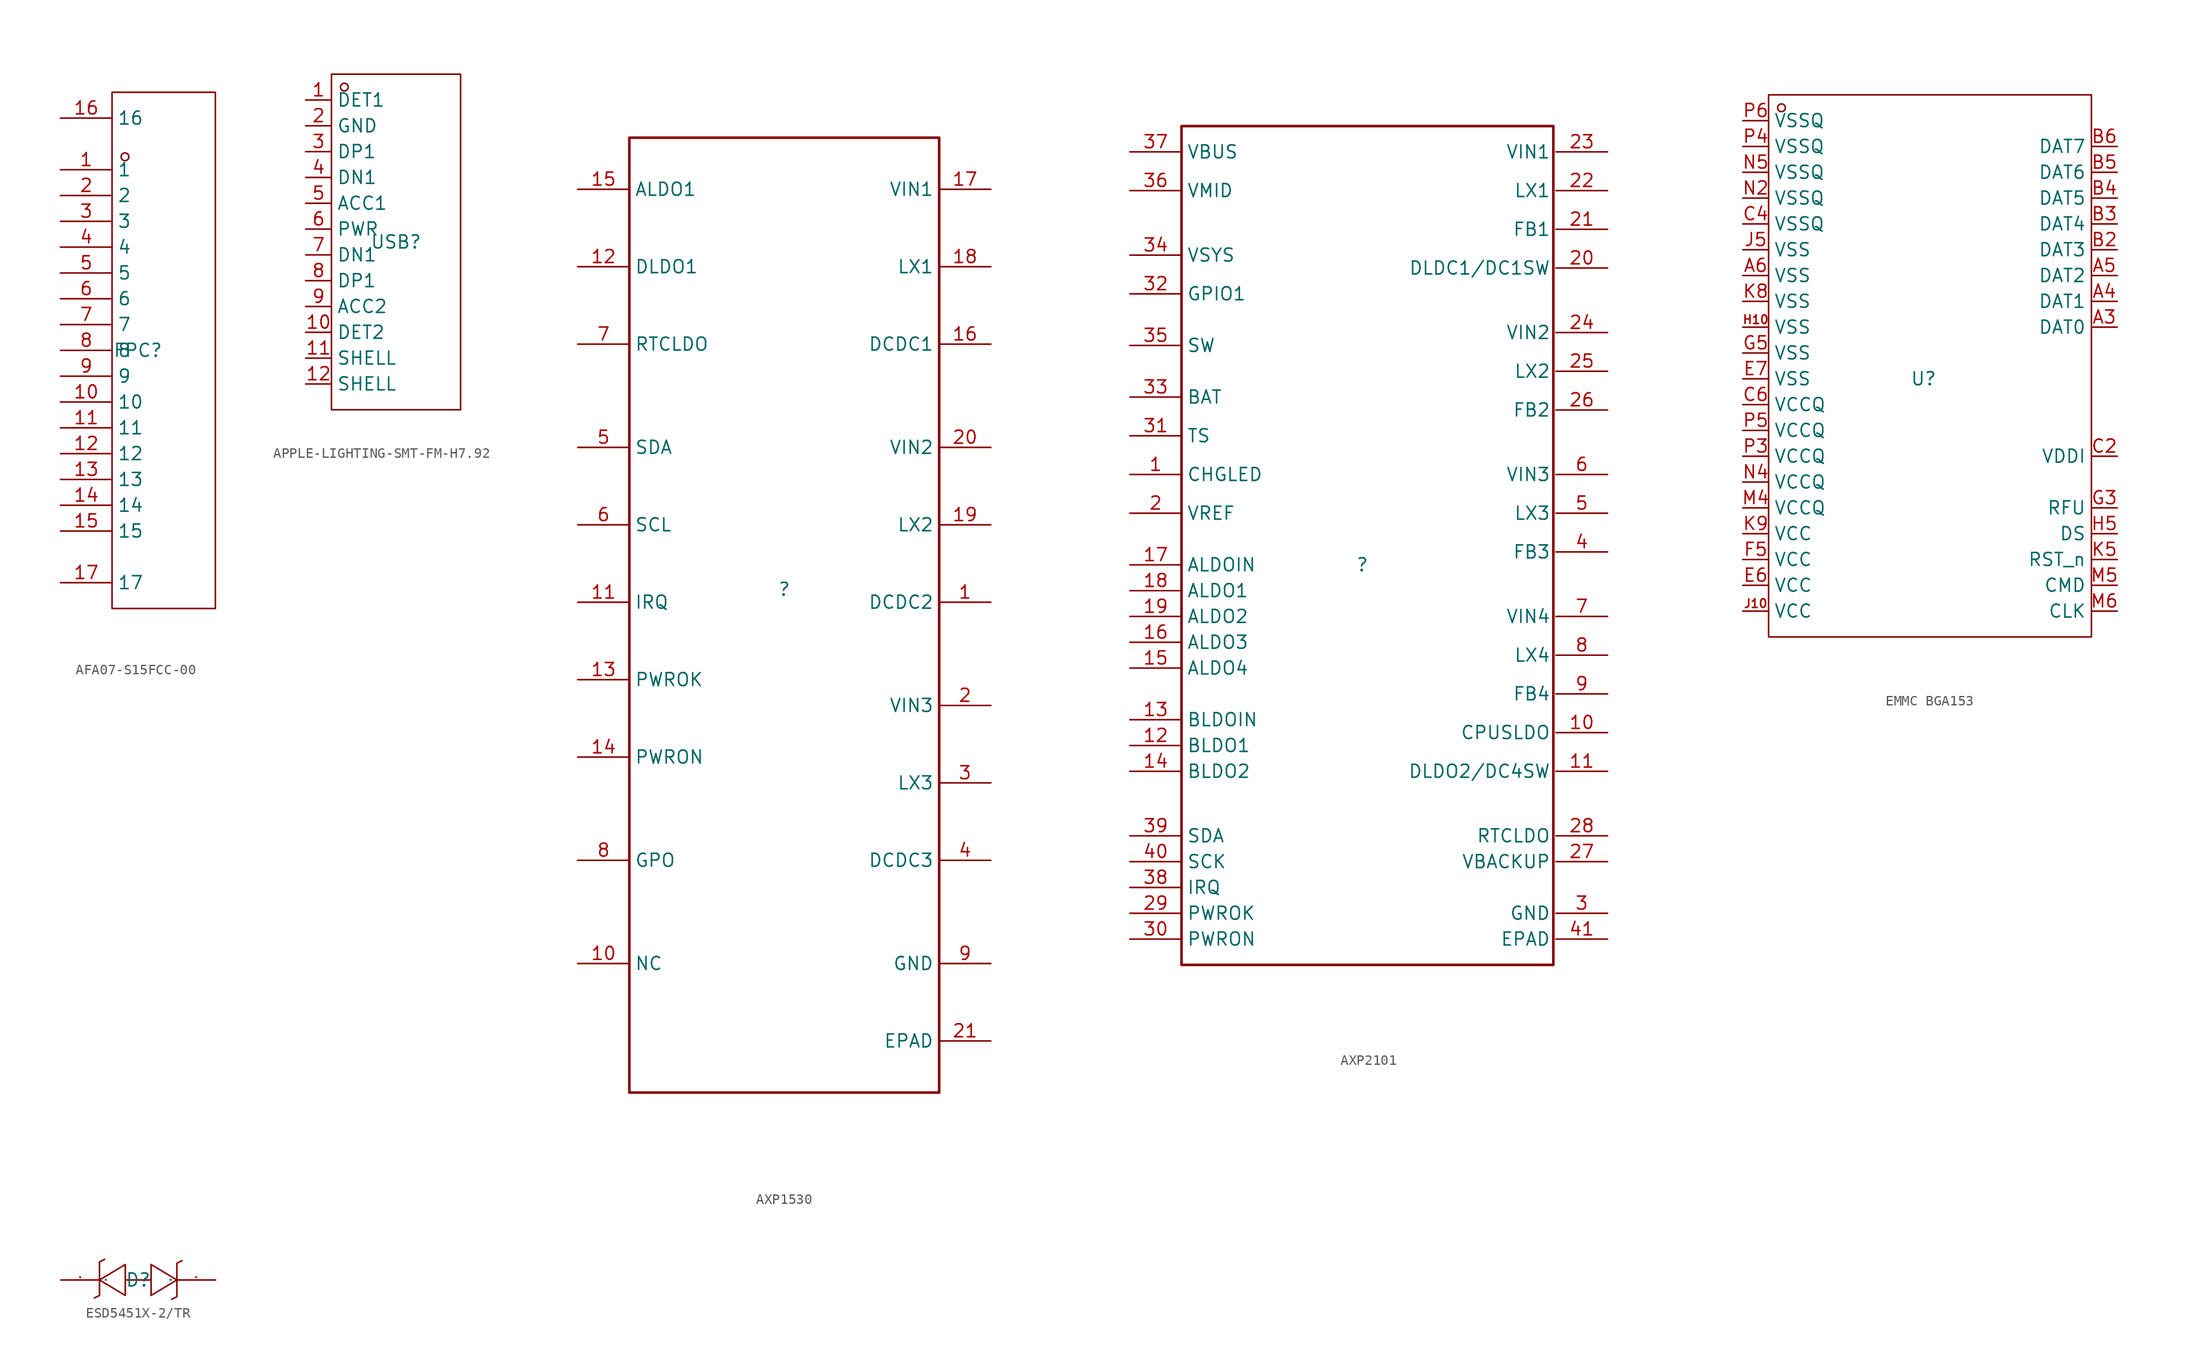
<source format=kicad_sym>
(kicad_symbol_lib
  (version 20231120)
  (generator "kicad_symbol_editor")
  (generator_version "8.0")
  (symbol "AFA07-S15FCC-00"
    (property "Reference" "FPC"
      (at 0 0 0)
      (effects (font (size 1.27 1.27))))
    (property "Value" ""
      (at 0 0 0)
      (effects (font (size 1.27 1.27))))
    (symbol "AFA07-S15FCC-00_1_0"
      (rectangle (start -2.54 -25.4) (end 7.62 25.4) (stroke (width 0) (type default)) (fill (type none)))
      (circle (center -1.27 19.05) (radius 0.381) (stroke (width 0) (type default)) (fill (type none)))
      (pin input line (at -7.62 17.78 0) (length 5.08) (name "1" (effects (font (size 1.27 1.27)))) (number "1" (effects (font (size 1.27 1.27)))))
      (pin input line (at -7.62 -5.08 0) (length 5.08) (name "10" (effects (font (size 1.27 1.27)))) (number "10" (effects (font (size 1.27 1.27)))))
      (pin input line (at -7.62 -7.62 0) (length 5.08) (name "11" (effects (font (size 1.27 1.27)))) (number "11" (effects (font (size 1.27 1.27)))))
      (pin input line (at -7.62 -10.16 0) (length 5.08) (name "12" (effects (font (size 1.27 1.27)))) (number "12" (effects (font (size 1.27 1.27)))))
      (pin input line (at -7.62 -12.7 0) (length 5.08) (name "13" (effects (font (size 1.27 1.27)))) (number "13" (effects (font (size 1.27 1.27)))))
      (pin input line (at -7.62 -15.24 0) (length 5.08) (name "14" (effects (font (size 1.27 1.27)))) (number "14" (effects (font (size 1.27 1.27)))))
      (pin input line (at -7.62 -17.78 0) (length 5.08) (name "15" (effects (font (size 1.27 1.27)))) (number "15" (effects (font (size 1.27 1.27)))))
      (pin input line (at -7.62 22.86 0) (length 5.08) (name "16" (effects (font (size 1.27 1.27)))) (number "16" (effects (font (size 1.27 1.27)))))
      (pin input line (at -7.62 -22.86 0) (length 5.08) (name "17" (effects (font (size 1.27 1.27)))) (number "17" (effects (font (size 1.27 1.27)))))
      (pin input line (at -7.62 15.24 0) (length 5.08) (name "2" (effects (font (size 1.27 1.27)))) (number "2" (effects (font (size 1.27 1.27)))))
      (pin input line (at -7.62 12.7 0) (length 5.08) (name "3" (effects (font (size 1.27 1.27)))) (number "3" (effects (font (size 1.27 1.27)))))
      (pin input line (at -7.62 10.16 0) (length 5.08) (name "4" (effects (font (size 1.27 1.27)))) (number "4" (effects (font (size 1.27 1.27)))))
      (pin input line (at -7.62 7.62 0) (length 5.08) (name "5" (effects (font (size 1.27 1.27)))) (number "5" (effects (font (size 1.27 1.27)))))
      (pin input line (at -7.62 5.08 0) (length 5.08) (name "6" (effects (font (size 1.27 1.27)))) (number "6" (effects (font (size 1.27 1.27)))))
      (pin input line (at -7.62 2.54 0) (length 5.08) (name "7" (effects (font (size 1.27 1.27)))) (number "7" (effects (font (size 1.27 1.27)))))
      (pin input line (at -7.62 0 0) (length 5.08) (name "8" (effects (font (size 1.27 1.27)))) (number "8" (effects (font (size 1.27 1.27)))))
      (pin input line (at -7.62 -2.54 0) (length 5.08) (name "9" (effects (font (size 1.27 1.27)))) (number "9" (effects (font (size 1.27 1.27)))))))
  (symbol "APPLE-LIGHTING-SMT-FM-H7.92"
    (property "Reference" "USB"
      (at 0 0 0)
      (effects (font (size 1.27 1.27))))
    (property "Value" ""
      (at 0 0 0)
      (effects (font (size 1.27 1.27))))
    (symbol "APPLE-LIGHTING-SMT-FM-H7.92_1_0"
      (rectangle (start -6.35 -16.51) (end 6.35 16.51) (stroke (width 0) (type default)) (fill (type none)))
      (circle (center -5.08 15.24) (radius 0.381) (stroke (width 0) (type default)) (fill (type none)))
      (pin input line (at -8.89 13.97 0) (length 2.54) (name "DET1" (effects (font (size 1.27 1.27)))) (number "1" (effects (font (size 1.27 1.27)))))
      (pin input line (at -8.89 -8.89 0) (length 2.54) (name "DET2" (effects (font (size 1.27 1.27)))) (number "10" (effects (font (size 1.27 1.27)))))
      (pin input line (at -8.89 -11.43 0) (length 2.54) (name "SHELL" (effects (font (size 1.27 1.27)))) (number "11" (effects (font (size 1.27 1.27)))))
      (pin input line (at -8.89 -13.97 0) (length 2.54) (name "SHELL" (effects (font (size 1.27 1.27)))) (number "12" (effects (font (size 1.27 1.27)))))
      (pin input line (at -8.89 11.43 0) (length 2.54) (name "GND" (effects (font (size 1.27 1.27)))) (number "2" (effects (font (size 1.27 1.27)))))
      (pin input line (at -8.89 8.89 0) (length 2.54) (name "DP1" (effects (font (size 1.27 1.27)))) (number "3" (effects (font (size 1.27 1.27)))))
      (pin input line (at -8.89 6.35 0) (length 2.54) (name "DN1" (effects (font (size 1.27 1.27)))) (number "4" (effects (font (size 1.27 1.27)))))
      (pin input line (at -8.89 3.81 0) (length 2.54) (name "ACC1" (effects (font (size 1.27 1.27)))) (number "5" (effects (font (size 1.27 1.27)))))
      (pin input line (at -8.89 1.27 0) (length 2.54) (name "PWR" (effects (font (size 1.27 1.27)))) (number "6" (effects (font (size 1.27 1.27)))))
      (pin input line (at -8.89 -1.27 0) (length 2.54) (name "DN1" (effects (font (size 1.27 1.27)))) (number "7" (effects (font (size 1.27 1.27)))))
      (pin input line (at -8.89 -3.81 0) (length 2.54) (name "DP1" (effects (font (size 1.27 1.27)))) (number "8" (effects (font (size 1.27 1.27)))))
      (pin input line (at -8.89 -6.35 0) (length 2.54) (name "ACC2" (effects (font (size 1.27 1.27)))) (number "9" (effects (font (size 1.27 1.27)))))))
  (symbol "AXP1530"
    (property "Reference" ""
      (at 0 0 0)
      (effects (font (size 1.27 1.27))))
    (property "Value" ""
      (at 0 0 0)
      (effects (font (size 1.27 1.27))))
    (symbol "AXP1530_1_0"
      (rectangle (start -15.24 44.45) (end 15.24 -49.53) (stroke (width 0.254) (type solid)) (fill (type none)))
      (pin input line (at 20.32 -1.27 180) (length 5.08) (name "DCDC2" (effects (font (size 1.27 1.27)))) (number "1" (effects (font (size 1.27 1.27)))))
      (pin input line (at -20.32 -36.83 0) (length 5.08) (name "NC" (effects (font (size 1.27 1.27)))) (number "10" (effects (font (size 1.27 1.27)))))
      (pin input line (at -20.32 -1.27 0) (length 5.08) (name "IRQ" (effects (font (size 1.27 1.27)))) (number "11" (effects (font (size 1.27 1.27)))))
      (pin input line (at -20.32 31.75 0) (length 5.08) (name "DLDO1" (effects (font (size 1.27 1.27)))) (number "12" (effects (font (size 1.27 1.27)))))
      (pin input line (at -20.32 -8.89 0) (length 5.08) (name "PWROK" (effects (font (size 1.27 1.27)))) (number "13" (effects (font (size 1.27 1.27)))))
      (pin input line (at -20.32 -16.51 0) (length 5.08) (name "PWRON" (effects (font (size 1.27 1.27)))) (number "14" (effects (font (size 1.27 1.27)))))
      (pin input line (at -20.32 39.37 0) (length 5.08) (name "ALDO1" (effects (font (size 1.27 1.27)))) (number "15" (effects (font (size 1.27 1.27)))))
      (pin input line (at 20.32 24.13 180) (length 5.08) (name "DCDC1" (effects (font (size 1.27 1.27)))) (number "16" (effects (font (size 1.27 1.27)))))
      (pin input line (at 20.32 39.37 180) (length 5.08) (name "VIN1" (effects (font (size 1.27 1.27)))) (number "17" (effects (font (size 1.27 1.27)))))
      (pin input line (at 20.32 31.75 180) (length 5.08) (name "LX1" (effects (font (size 1.27 1.27)))) (number "18" (effects (font (size 1.27 1.27)))))
      (pin input line (at 20.32 6.35 180) (length 5.08) (name "LX2" (effects (font (size 1.27 1.27)))) (number "19" (effects (font (size 1.27 1.27)))))
      (pin input line (at 20.32 -11.43 180) (length 5.08) (name "VIN3" (effects (font (size 1.27 1.27)))) (number "2" (effects (font (size 1.27 1.27)))))
      (pin input line (at 20.32 13.97 180) (length 5.08) (name "VIN2" (effects (font (size 1.27 1.27)))) (number "20" (effects (font (size 1.27 1.27)))))
      (pin input line (at 20.32 -44.45 180) (length 5.08) (name "EPAD" (effects (font (size 1.27 1.27)))) (number "21" (effects (font (size 1.27 1.27)))))
      (pin input line (at 20.32 -19.05 180) (length 5.08) (name "LX3" (effects (font (size 1.27 1.27)))) (number "3" (effects (font (size 1.27 1.27)))))
      (pin input line (at 20.32 -26.67 180) (length 5.08) (name "DCDC3" (effects (font (size 1.27 1.27)))) (number "4" (effects (font (size 1.27 1.27)))))
      (pin input line (at -20.32 13.97 0) (length 5.08) (name "SDA" (effects (font (size 1.27 1.27)))) (number "5" (effects (font (size 1.27 1.27)))))
      (pin input line (at -20.32 6.35 0) (length 5.08) (name "SCL" (effects (font (size 1.27 1.27)))) (number "6" (effects (font (size 1.27 1.27)))))
      (pin input line (at -20.32 24.13 0) (length 5.08) (name "RTCLDO" (effects (font (size 1.27 1.27)))) (number "7" (effects (font (size 1.27 1.27)))))
      (pin input line (at -20.32 -26.67 0) (length 5.08) (name "GPO" (effects (font (size 1.27 1.27)))) (number "8" (effects (font (size 1.27 1.27)))))
      (pin input line (at 20.32 -36.83 180) (length 5.08) (name "GND" (effects (font (size 1.27 1.27)))) (number "9" (effects (font (size 1.27 1.27)))))))
  (symbol "AXP2101"
    (property "Reference" ""
      (at 0 0 0)
      (effects (font (size 1.27 1.27))))
    (property "Value" ""
      (at 0 0 0)
      (effects (font (size 1.27 1.27))))
    (symbol "AXP2101_1_0"
      (rectangle (start -17.78 43.18) (end 18.796 -39.37) (stroke (width 0.254) (type solid)) (fill (type none)))
      (pin input line (at -22.86 8.89 0) (length 5.08) (name "CHGLED" (effects (font (size 1.27 1.27)))) (number "1" (effects (font (size 1.27 1.27)))))
      (pin input line (at 24.13 -16.51 180) (length 5.08) (name "CPUSLDO" (effects (font (size 1.27 1.27)))) (number "10" (effects (font (size 1.27 1.27)))))
      (pin input line (at 24.13 -20.32 180) (length 5.08) (name "DLDO2/DC4SW" (effects (font (size 1.27 1.27)))) (number "11" (effects (font (size 1.27 1.27)))))
      (pin input line (at -22.86 -17.78 0) (length 5.08) (name "BLDO1" (effects (font (size 1.27 1.27)))) (number "12" (effects (font (size 1.27 1.27)))))
      (pin input line (at -22.86 -15.24 0) (length 5.08) (name "BLDOIN" (effects (font (size 1.27 1.27)))) (number "13" (effects (font (size 1.27 1.27)))))
      (pin input line (at -22.86 -20.32 0) (length 5.08) (name "BLDO2" (effects (font (size 1.27 1.27)))) (number "14" (effects (font (size 1.27 1.27)))))
      (pin input line (at -22.86 -10.16 0) (length 5.08) (name "ALDO4" (effects (font (size 1.27 1.27)))) (number "15" (effects (font (size 1.27 1.27)))))
      (pin input line (at -22.86 -7.62 0) (length 5.08) (name "ALDO3" (effects (font (size 1.27 1.27)))) (number "16" (effects (font (size 1.27 1.27)))))
      (pin input line (at -22.86 0 0) (length 5.08) (name "ALDOIN" (effects (font (size 1.27 1.27)))) (number "17" (effects (font (size 1.27 1.27)))))
      (pin input line (at -22.86 -2.54 0) (length 5.08) (name "ALDO1" (effects (font (size 1.27 1.27)))) (number "18" (effects (font (size 1.27 1.27)))))
      (pin input line (at -22.86 -5.08 0) (length 5.08) (name "ALDO2" (effects (font (size 1.27 1.27)))) (number "19" (effects (font (size 1.27 1.27)))))
      (pin input line (at -22.86 5.08 0) (length 5.08) (name "VREF" (effects (font (size 1.27 1.27)))) (number "2" (effects (font (size 1.27 1.27)))))
      (pin input line (at 24.13 29.21 180) (length 5.08) (name "DLDC1/DC1SW" (effects (font (size 1.27 1.27)))) (number "20" (effects (font (size 1.27 1.27)))))
      (pin input line (at 24.13 33.02 180) (length 5.08) (name "FB1" (effects (font (size 1.27 1.27)))) (number "21" (effects (font (size 1.27 1.27)))))
      (pin input line (at 24.13 36.83 180) (length 5.08) (name "LX1" (effects (font (size 1.27 1.27)))) (number "22" (effects (font (size 1.27 1.27)))))
      (pin input line (at 24.13 40.64 180) (length 5.08) (name "VIN1" (effects (font (size 1.27 1.27)))) (number "23" (effects (font (size 1.27 1.27)))))
      (pin input line (at 24.13 22.86 180) (length 5.08) (name "VIN2" (effects (font (size 1.27 1.27)))) (number "24" (effects (font (size 1.27 1.27)))))
      (pin input line (at 24.13 19.05 180) (length 5.08) (name "LX2" (effects (font (size 1.27 1.27)))) (number "25" (effects (font (size 1.27 1.27)))))
      (pin input line (at 24.13 15.24 180) (length 5.08) (name "FB2" (effects (font (size 1.27 1.27)))) (number "26" (effects (font (size 1.27 1.27)))))
      (pin input line (at 24.13 -29.21 180) (length 5.08) (name "VBACKUP" (effects (font (size 1.27 1.27)))) (number "27" (effects (font (size 1.27 1.27)))))
      (pin input line (at 24.13 -26.67 180) (length 5.08) (name "RTCLDO" (effects (font (size 1.27 1.27)))) (number "28" (effects (font (size 1.27 1.27)))))
      (pin input line (at -22.86 -34.29 0) (length 5.08) (name "PWROK" (effects (font (size 1.27 1.27)))) (number "29" (effects (font (size 1.27 1.27)))))
      (pin input line (at 24.13 -34.29 180) (length 5.08) (name "GND" (effects (font (size 1.27 1.27)))) (number "3" (effects (font (size 1.27 1.27)))))
      (pin input line (at -22.86 -36.83 0) (length 5.08) (name "PWRON" (effects (font (size 1.27 1.27)))) (number "30" (effects (font (size 1.27 1.27)))))
      (pin input line (at -22.86 12.7 0) (length 5.08) (name "TS" (effects (font (size 1.27 1.27)))) (number "31" (effects (font (size 1.27 1.27)))))
      (pin input line (at -22.86 26.67 0) (length 5.08) (name "GPIO1" (effects (font (size 1.27 1.27)))) (number "32" (effects (font (size 1.27 1.27)))))
      (pin input line (at -22.86 16.51 0) (length 5.08) (name "BAT" (effects (font (size 1.27 1.27)))) (number "33" (effects (font (size 1.27 1.27)))))
      (pin input line (at -22.86 30.48 0) (length 5.08) (name "VSYS" (effects (font (size 1.27 1.27)))) (number "34" (effects (font (size 1.27 1.27)))))
      (pin input line (at -22.86 21.59 0) (length 5.08) (name "SW" (effects (font (size 1.27 1.27)))) (number "35" (effects (font (size 1.27 1.27)))))
      (pin input line (at -22.86 36.83 0) (length 5.08) (name "VMID" (effects (font (size 1.27 1.27)))) (number "36" (effects (font (size 1.27 1.27)))))
      (pin input line (at -22.86 40.64 0) (length 5.08) (name "VBUS" (effects (font (size 1.27 1.27)))) (number "37" (effects (font (size 1.27 1.27)))))
      (pin input line (at -22.86 -31.75 0) (length 5.08) (name "IRQ" (effects (font (size 1.27 1.27)))) (number "38" (effects (font (size 1.27 1.27)))))
      (pin input line (at -22.86 -26.67 0) (length 5.08) (name "SDA" (effects (font (size 1.27 1.27)))) (number "39" (effects (font (size 1.27 1.27)))))
      (pin input line (at 24.13 1.27 180) (length 5.08) (name "FB3" (effects (font (size 1.27 1.27)))) (number "4" (effects (font (size 1.27 1.27)))))
      (pin input line (at -22.86 -29.21 0) (length 5.08) (name "SCK" (effects (font (size 1.27 1.27)))) (number "40" (effects (font (size 1.27 1.27)))))
      (pin input line (at 24.13 -36.83 180) (length 5.08) (name "EPAD" (effects (font (size 1.27 1.27)))) (number "41" (effects (font (size 1.27 1.27)))))
      (pin input line (at 24.13 5.08 180) (length 5.08) (name "LX3" (effects (font (size 1.27 1.27)))) (number "5" (effects (font (size 1.27 1.27)))))
      (pin input line (at 24.13 8.89 180) (length 5.08) (name "VIN3" (effects (font (size 1.27 1.27)))) (number "6" (effects (font (size 1.27 1.27)))))
      (pin input line (at 24.13 -5.08 180) (length 5.08) (name "VIN4" (effects (font (size 1.27 1.27)))) (number "7" (effects (font (size 1.27 1.27)))))
      (pin input line (at 24.13 -8.89 180) (length 5.08) (name "LX4" (effects (font (size 1.27 1.27)))) (number "8" (effects (font (size 1.27 1.27)))))
      (pin input line (at 24.13 -12.7 180) (length 5.08) (name "FB4" (effects (font (size 1.27 1.27)))) (number "9" (effects (font (size 1.27 1.27)))))))
  (symbol "EMMC BGA153"
    (property "Reference" "U"
      (at 0 0 0)
      (effects (font (size 1.27 1.27))))
    (property "Value" ""
      (at 0 0 0)
      (effects (font (size 1.27 1.27))))
    (symbol "EMMC BGA153_1_0"
      (rectangle (start -15.24 -25.4) (end 16.51 27.94) (stroke (width 0) (type default)) (fill (type none)))
      (circle (center -13.97 26.67) (radius 0.381) (stroke (width 0) (type default)) (fill (type none)))
      (pin unspecified line (at 19.05 5.08 180) (length 2.54) (name "DAT0" (effects (font (size 1.27 1.27)))) (number "A3" (effects (font (size 1.27 1.27)))))
      (pin unspecified line (at 19.05 7.62 180) (length 2.54) (name "DAT1" (effects (font (size 1.27 1.27)))) (number "A4" (effects (font (size 1.27 1.27)))))
      (pin unspecified line (at 19.05 10.16 180) (length 2.54) (name "DAT2" (effects (font (size 1.27 1.27)))) (number "A5" (effects (font (size 1.27 1.27)))))
      (pin unspecified line (at -17.78 10.16 0) (length 2.54) (name "VSS" (effects (font (size 1.27 1.27)))) (number "A6" (effects (font (size 1.27 1.27)))))
      (pin unspecified line (at 19.05 12.7 180) (length 2.54) (name "DAT3" (effects (font (size 1.27 1.27)))) (number "B2" (effects (font (size 1.27 1.27)))))
      (pin unspecified line (at 19.05 15.24 180) (length 2.54) (name "DAT4" (effects (font (size 1.27 1.27)))) (number "B3" (effects (font (size 1.27 1.27)))))
      (pin unspecified line (at 19.05 17.78 180) (length 2.54) (name "DAT5" (effects (font (size 1.27 1.27)))) (number "B4" (effects (font (size 1.27 1.27)))))
      (pin unspecified line (at 19.05 20.32 180) (length 2.54) (name "DAT6" (effects (font (size 1.27 1.27)))) (number "B5" (effects (font (size 1.27 1.27)))))
      (pin unspecified line (at 19.05 22.86 180) (length 2.54) (name "DAT7" (effects (font (size 1.27 1.27)))) (number "B6" (effects (font (size 1.27 1.27)))))
      (pin unspecified line (at 19.05 -7.62 180) (length 2.54) (name "VDDI" (effects (font (size 1.27 1.27)))) (number "C2" (effects (font (size 1.27 1.27)))))
      (pin unspecified line (at -17.78 15.24 0) (length 2.54) (name "VSSQ" (effects (font (size 1.27 1.27)))) (number "C4" (effects (font (size 1.27 1.27)))))
      (pin unspecified line (at -17.78 -2.54 0) (length 2.54) (name "VCCQ" (effects (font (size 1.27 1.27)))) (number "C6" (effects (font (size 1.27 1.27)))))
      (pin unspecified line (at -17.78 -20.32 0) (length 2.54) (name "VCC" (effects (font (size 1.27 1.27)))) (number "E6" (effects (font (size 1.27 1.27)))))
      (pin unspecified line (at -17.78 0 0) (length 2.54) (name "VSS" (effects (font (size 1.27 1.27)))) (number "E7" (effects (font (size 1.27 1.27)))))
      (pin unspecified line (at -17.78 -17.78 0) (length 2.54) (name "VCC" (effects (font (size 1.27 1.27)))) (number "F5" (effects (font (size 1.27 1.27)))))
      (pin unspecified line (at 19.05 -12.7 180) (length 2.54) (name "RFU" (effects (font (size 1.27 1.27)))) (number "G3" (effects (font (size 1.27 1.27)))))
      (pin unspecified line (at -17.78 2.54 0) (length 2.54) (name "VSS" (effects (font (size 1.27 1.27)))) (number "G5" (effects (font (size 1.27 1.27)))))
      (pin unspecified line (at -17.78 5.08 0) (length 2.54) (name "VSS" (effects (font (size 1.27 1.27)))) (number "H10" (effects (font (size 0.847 0.847)))))
      (pin unspecified line (at 19.05 -15.24 180) (length 2.54) (name "DS" (effects (font (size 1.27 1.27)))) (number "H5" (effects (font (size 1.27 1.27)))))
      (pin unspecified line (at -17.78 -22.86 0) (length 2.54) (name "VCC" (effects (font (size 1.27 1.27)))) (number "J10" (effects (font (size 0.847 0.847)))))
      (pin unspecified line (at -17.78 12.7 0) (length 2.54) (name "VSS" (effects (font (size 1.27 1.27)))) (number "J5" (effects (font (size 1.27 1.27)))))
      (pin unspecified line (at 19.05 -17.78 180) (length 2.54) (name "RST_n" (effects (font (size 1.27 1.27)))) (number "K5" (effects (font (size 1.27 1.27)))))
      (pin unspecified line (at -17.78 7.62 0) (length 2.54) (name "VSS" (effects (font (size 1.27 1.27)))) (number "K8" (effects (font (size 1.27 1.27)))))
      (pin unspecified line (at -17.78 -15.24 0) (length 2.54) (name "VCC" (effects (font (size 1.27 1.27)))) (number "K9" (effects (font (size 1.27 1.27)))))
      (pin unspecified line (at -17.78 -12.7 0) (length 2.54) (name "VCCQ" (effects (font (size 1.27 1.27)))) (number "M4" (effects (font (size 1.27 1.27)))))
      (pin unspecified line (at 19.05 -20.32 180) (length 2.54) (name "CMD" (effects (font (size 1.27 1.27)))) (number "M5" (effects (font (size 1.27 1.27)))))
      (pin unspecified line (at 19.05 -22.86 180) (length 2.54) (name "CLK" (effects (font (size 1.27 1.27)))) (number "M6" (effects (font (size 1.27 1.27)))))
      (pin unspecified line (at -17.78 17.78 0) (length 2.54) (name "VSSQ" (effects (font (size 1.27 1.27)))) (number "N2" (effects (font (size 1.27 1.27)))))
      (pin unspecified line (at -17.78 -10.16 0) (length 2.54) (name "VCCQ" (effects (font (size 1.27 1.27)))) (number "N4" (effects (font (size 1.27 1.27)))))
      (pin unspecified line (at -17.78 20.32 0) (length 2.54) (name "VSSQ" (effects (font (size 1.27 1.27)))) (number "N5" (effects (font (size 1.27 1.27)))))
      (pin unspecified line (at -17.78 -7.62 0) (length 2.54) (name "VCCQ" (effects (font (size 1.27 1.27)))) (number "P3" (effects (font (size 1.27 1.27)))))
      (pin unspecified line (at -17.78 22.86 0) (length 2.54) (name "VSSQ" (effects (font (size 1.27 1.27)))) (number "P4" (effects (font (size 1.27 1.27)))))
      (pin unspecified line (at -17.78 -5.08 0) (length 2.54) (name "VCCQ" (effects (font (size 1.27 1.27)))) (number "P5" (effects (font (size 1.27 1.27)))))
      (pin unspecified line (at -17.78 25.4 0) (length 2.54) (name "VSSQ" (effects (font (size 1.27 1.27)))) (number "P6" (effects (font (size 1.27 1.27)))))))
  (symbol "ESD5451X-2/TR"
    (property "Reference" "D"
      (at 0 0 0)
      (effects (font (size 1.27 1.27))))
    (property "Value" ""
      (at 0 0 0)
      (effects (font (size 1.27 1.27))))
    (symbol "ESD5451X-2/TR_1_0"
      (polyline (pts (xy 1.27 0) (xy -1.27 0)) (stroke (width 0) (type default)) (fill (type none)))
      (polyline (pts (xy -3.302 2.032) (xy -3.81 1.778) (xy -3.81 1.778) (xy -3.81 -1.524) (xy -3.81 -1.524) (xy -4.318 -1.778)) (stroke (width 0) (type default)) (fill (type none)))
      (polyline (pts (xy -1.27 1.524) (xy -3.81 0) (xy -3.81 0) (xy -1.27 -1.524) (xy -1.27 -1.524) (xy -1.27 1.524)) (stroke (width 0) (type default)) (fill (type none)))
      (polyline (pts (xy 1.27 -1.524) (xy 3.81 0) (xy 3.81 0) (xy 1.27 1.524) (xy 1.27 1.524) (xy 1.27 -1.524)) (stroke (width 0) (type default)) (fill (type none)))
      (polyline (pts (xy 4.318 1.905) (xy 3.81 1.651) (xy 3.81 1.651) (xy 3.81 -1.651) (xy 3.81 -1.651) (xy 3.302 -1.905)) (stroke (width 0) (type default)) (fill (type none)))
      (pin input line (at -7.62 0 0) (length 3.81) (name "1" (effects (font (size 0.025 0.025)))) (number "1" (effects (font (size 0.025 0.025)))))
      (pin input line (at 7.62 0 180) (length 3.81) (name "2" (effects (font (size 0.025 0.025)))) (number "2" (effects (font (size 0.025 0.025))))))))
</source>
